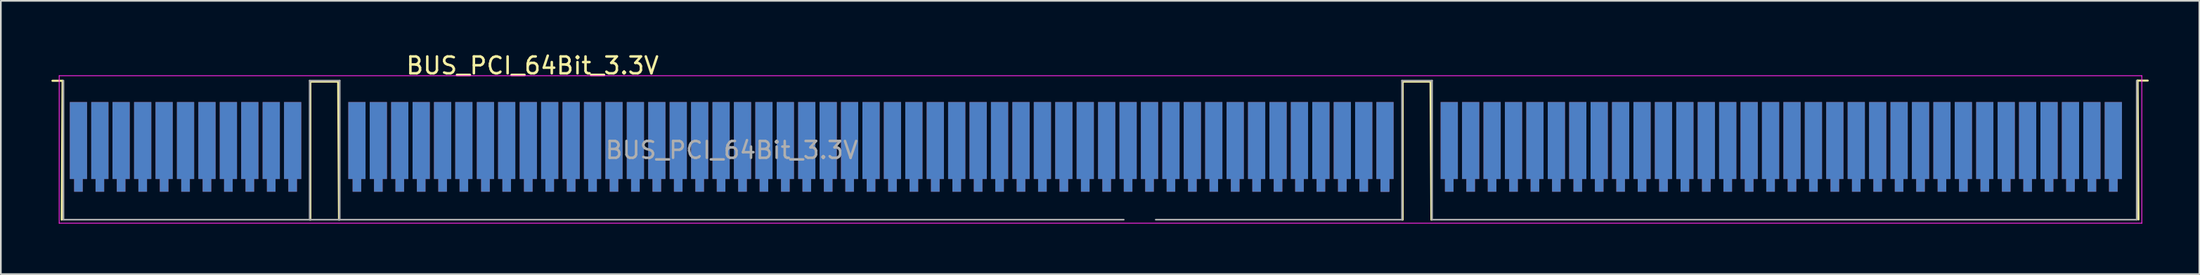
<source format=kicad_pcb>
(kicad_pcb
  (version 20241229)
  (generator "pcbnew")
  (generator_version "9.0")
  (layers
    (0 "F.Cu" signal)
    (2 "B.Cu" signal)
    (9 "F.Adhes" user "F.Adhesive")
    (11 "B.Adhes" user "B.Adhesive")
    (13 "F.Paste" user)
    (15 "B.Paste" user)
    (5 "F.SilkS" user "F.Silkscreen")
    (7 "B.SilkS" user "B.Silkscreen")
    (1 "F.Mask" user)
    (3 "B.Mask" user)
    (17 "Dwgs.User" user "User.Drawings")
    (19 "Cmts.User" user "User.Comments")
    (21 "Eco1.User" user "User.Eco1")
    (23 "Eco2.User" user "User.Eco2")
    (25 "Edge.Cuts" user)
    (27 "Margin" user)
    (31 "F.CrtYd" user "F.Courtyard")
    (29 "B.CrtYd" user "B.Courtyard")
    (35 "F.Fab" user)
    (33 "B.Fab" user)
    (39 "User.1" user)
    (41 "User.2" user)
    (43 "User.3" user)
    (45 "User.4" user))
  (footprint "BUS_PCI_64Bit_3.3V"
    (layer "F.Cu")
    (at 40.33 6.628)
    (property "Reference" "BUS_PCI_64Bit_3.3V" (at -11.81 -5.78 0) (layer "F.SilkS") (effects (font (size 1 1) (thickness 0.15))))
    (attr exclude_from_pos_files exclude_from_bom)
    (fp_line (start -40.27 -4.88) (end -39.67 -4.88) (stroke (width 0.12) (type solid)) (layer "F.SilkS"))
    (fp_line (start -39.67 -4.88) (end -39.72 3.37) (stroke (width 0.12) (type solid)) (layer "F.SilkS"))
    (fp_line (start -24.981 -4.83) (end -23.331 -4.83) (stroke (width 0.12) (type solid)) (layer "F.SilkS"))
    (fp_line (start -24.981 3.37) (end -24.981 -4.83) (stroke (width 0.12) (type solid)) (layer "F.SilkS"))
    (fp_line (start -23.331 -4.83) (end -23.281 3.37) (stroke (width 0.12) (type solid)) (layer "F.SilkS"))
    (fp_line (start 39.78 -4.83) (end 41.43 -4.83) (stroke (width 0.12) (type solid)) (layer "F.SilkS"))
    (fp_line (start 39.78 3.37) (end 39.78 -4.83) (stroke (width 0.12) (type solid)) (layer "F.SilkS"))
    (fp_line (start 41.43 -4.83) (end 41.48 3.37) (stroke (width 0.12) (type solid)) (layer "F.SilkS"))
    (fp_line (start 83.35 -4.89) (end 83.4 3.36) (stroke (width 0.12) (type solid)) (layer "F.SilkS"))
    (fp_line (start 83.95 -4.89) (end 83.35 -4.89) (stroke (width 0.12) (type solid)) (layer "F.SilkS"))
    (fp_line (start -39.87 -5.18) (end -39.87 3.58) (stroke (width 0.05) (type solid)) (layer "F.CrtYd"))
    (fp_line (start -39.87 -5.18) (end 83.6 -5.18) (stroke (width 0.05) (type solid)) (layer "F.CrtYd"))
    (fp_line (start 83.6 3.58) (end -39.87 3.58) (stroke (width 0.05) (type solid)) (layer "F.CrtYd"))
    (fp_line (start 83.6 3.58) (end 83.6 -5.18) (stroke (width 0.05) (type solid)) (layer "F.CrtYd"))
    (fp_line (start -39.62 -4.89) (end -39.62 3.37) (stroke (width 0.1) (type solid)) (layer "F.Fab"))
    (fp_line (start -39.62 3.37) (end 23.24 3.37) (stroke (width 0.1) (type solid)) (layer "F.Fab"))
    (fp_line (start -25.021 -4.89) (end -23.241 -4.89) (stroke (width 0.1) (type solid)) (layer "F.Fab"))
    (fp_line (start -25.021 3.37) (end -25.021 -4.89) (stroke (width 0.1) (type solid)) (layer "F.Fab"))
    (fp_line (start -23.241 -4.89) (end -23.241 3.37) (stroke (width 0.1) (type solid)) (layer "F.Fab"))
    (fp_line (start 25.14 3.37) (end 39.74 3.37) (stroke (width 0.1) (type solid)) (layer "F.Fab"))
    (fp_line (start 39.74 -4.89) (end 41.52 -4.89) (stroke (width 0.1) (type solid)) (layer "F.Fab"))
    (fp_line (start 39.74 3.37) (end 39.74 -4.89) (stroke (width 0.1) (type solid)) (layer "F.Fab"))
    (fp_line (start 41.52 -4.89) (end 41.52 3.37) (stroke (width 0.1) (type solid)) (layer "F.Fab"))
    (fp_line (start 41.52 3.37) (end 83.3 3.37) (stroke (width 0.1) (type solid)) (layer "F.Fab"))
    (fp_line (start 83.3 -4.89) (end 83.3 3.37) (stroke (width 0.1) (type solid)) (layer "F.Fab"))
    (fp_text user "${REFERENCE}" (at 0 -0.76 0) (layer "F.Fab") (effects (font (size 1 1) (thickness 0.15))))
    (pad "A1" connect rect (at -38.73 -1.33) (size 1.02 4.57) (layers "B.Cu" "B.Mask"))
    (pad "A1" connect rect (at -38.73 1.33) (size 0.51 0.76) (layers "B.Cu" "B.Mask"))
    (pad "A2" connect rect (at -37.46 -1.33) (size 1.02 4.57) (layers "B.Cu" "B.Mask"))
    (pad "A2" connect rect (at -37.46 1.33) (size 0.51 0.76) (layers "B.Cu" "B.Mask"))
    (pad "A3" connect rect (at -36.2 -1.33) (size 1.02 4.57) (layers "B.Cu" "B.Mask"))
    (pad "A3" connect rect (at -36.2 1.33) (size 0.51 0.76) (layers "B.Cu" "B.Mask"))
    (pad "A4" connect rect (at -34.92 -1.33) (size 1.02 4.57) (layers "B.Cu" "B.Mask"))
    (pad "A4" connect rect (at -34.92 1.33) (size 0.51 0.76) (layers "B.Cu" "B.Mask"))
    (pad "A5" connect rect (at -33.65 -1.33) (size 1.02 4.57) (layers "B.Cu" "B.Mask"))
    (pad "A5" connect rect (at -33.65 1.33) (size 0.51 0.76) (layers "B.Cu" "B.Mask"))
    (pad "A6" connect rect (at -32.38 -1.33) (size 1.02 4.57) (layers "B.Cu" "B.Mask"))
    (pad "A6" connect rect (at -32.38 1.33) (size 0.51 0.76) (layers "B.Cu" "B.Mask"))
    (pad "A7" connect rect (at -31.11 -1.33) (size 1.02 4.57) (layers "B.Cu" "B.Mask"))
    (pad "A7" connect rect (at -31.11 1.33) (size 0.51 0.76) (layers "B.Cu" "B.Mask"))
    (pad "A8" connect rect (at -29.84 -1.33) (size 1.02 4.57) (layers "B.Cu" "B.Mask"))
    (pad "A8" connect rect (at -29.84 1.33) (size 0.51 0.76) (layers "B.Cu" "B.Mask"))
    (pad "A9" connect rect (at -28.57 -1.33) (size 1.02 4.57) (layers "B.Cu" "B.Mask"))
    (pad "A9" connect rect (at -28.57 1.33) (size 0.51 0.76) (layers "B.Cu" "B.Mask"))
    (pad "A10" connect rect (at -27.3 -1.33) (size 1.02 4.57) (layers "B.Cu" "B.Mask"))
    (pad "A10" connect rect (at -27.3 1.33) (size 0.51 0.76) (layers "B.Cu" "B.Mask"))
    (pad "A11" connect rect (at -26.03 -1.33) (size 1.02 4.57) (layers "B.Cu" "B.Mask"))
    (pad "A11" connect rect (at -26.03 1.33) (size 0.51 0.76) (layers "B.Cu" "B.Mask"))
    (pad "A14" connect rect (at -22.22 -1.33) (size 1.02 4.57) (layers "B.Cu" "B.Mask"))
    (pad "A14" connect rect (at -22.22 1.33) (size 0.51 0.76) (layers "B.Cu" "B.Mask"))
    (pad "A15" connect rect (at -20.95 -1.33) (size 1.02 4.57) (layers "B.Cu" "B.Mask"))
    (pad "A15" connect rect (at -20.95 1.33) (size 0.51 0.76) (layers "B.Cu" "B.Mask"))
    (pad "A16" connect rect (at -19.68 -1.33) (size 1.02 4.57) (layers "B.Cu" "B.Mask"))
    (pad "A16" connect rect (at -19.68 1.33) (size 0.51 0.76) (layers "B.Cu" "B.Mask"))
    (pad "A17" connect rect (at -18.41 -1.33) (size 1.02 4.57) (layers "B.Cu" "B.Mask"))
    (pad "A17" connect rect (at -18.41 1.33) (size 0.51 0.76) (layers "B.Cu" "B.Mask"))
    (pad "A18" connect rect (at -17.14 -1.33) (size 1.02 4.57) (layers "B.Cu" "B.Mask"))
    (pad "A18" connect rect (at -17.14 1.33) (size 0.51 0.76) (layers "B.Cu" "B.Mask"))
    (pad "A19" connect rect (at -15.88 -1.33) (size 1.02 4.57) (layers "B.Cu" "B.Mask"))
    (pad "A19" connect rect (at -15.88 1.33) (size 0.51 0.76) (layers "B.Cu" "B.Mask"))
    (pad "A20" connect rect (at -14.6 -1.33) (size 1.02 4.57) (layers "B.Cu" "B.Mask"))
    (pad "A20" connect rect (at -14.6 1.33) (size 0.51 0.76) (layers "B.Cu" "B.Mask"))
    (pad "A21" connect rect (at -13.34 -1.33) (size 1.02 4.57) (layers "B.Cu" "B.Mask"))
    (pad "A21" connect rect (at -13.34 1.33) (size 0.51 0.76) (layers "B.Cu" "B.Mask"))
    (pad "A22" connect rect (at -12.06 -1.33) (size 1.02 4.57) (layers "B.Cu" "B.Mask"))
    (pad "A22" connect rect (at -12.06 1.33) (size 0.51 0.76) (layers "B.Cu" "B.Mask"))
    (pad "A23" connect rect (at -10.79 -1.33) (size 1.02 4.57) (layers "B.Cu" "B.Mask"))
    (pad "A23" connect rect (at -10.79 1.33) (size 0.51 0.76) (layers "B.Cu" "B.Mask"))
    (pad "A24" connect rect (at -9.52 -1.33) (size 1.02 4.57) (layers "B.Cu" "B.Mask"))
    (pad "A24" connect rect (at -9.52 1.33) (size 0.51 0.76) (layers "B.Cu" "B.Mask"))
    (pad "A25" connect rect (at -8.25 -1.33) (size 1.02 4.57) (layers "B.Cu" "B.Mask"))
    (pad "A25" connect rect (at -8.25 1.33) (size 0.51 0.76) (layers "B.Cu" "B.Mask"))
    (pad "A26" connect rect (at -6.98 -1.33) (size 1.02 4.57) (layers "B.Cu" "B.Mask"))
    (pad "A26" connect rect (at -6.98 1.33) (size 0.51 0.76) (layers "B.Cu" "B.Mask"))
    (pad "A27" connect rect (at -5.71 -1.33) (size 1.02 4.57) (layers "B.Cu" "B.Mask"))
    (pad "A27" connect rect (at -5.71 1.33) (size 0.51 0.76) (layers "B.Cu" "B.Mask"))
    (pad "A28" connect rect (at -4.44 -1.33) (size 1.02 4.57) (layers "B.Cu" "B.Mask"))
    (pad "A28" connect rect (at -4.44 1.33) (size 0.51 0.76) (layers "B.Cu" "B.Mask"))
    (pad "A29" connect rect (at -3.17 -1.33) (size 1.02 4.57) (layers "B.Cu" "B.Mask"))
    (pad "A29" connect rect (at -3.17 1.33) (size 0.51 0.76) (layers "B.Cu" "B.Mask"))
    (pad "A30" connect rect (at -1.9 -1.33) (size 1.02 4.57) (layers "B.Cu" "B.Mask"))
    (pad "A30" connect rect (at -1.9 1.33) (size 0.51 0.76) (layers "B.Cu" "B.Mask"))
    (pad "A31" connect rect (at -0.63 -1.33) (size 1.02 4.57) (layers "B.Cu" "B.Mask"))
    (pad "A31" connect rect (at -0.63 1.33) (size 0.51 0.76) (layers "B.Cu" "B.Mask"))
    (pad "A32" connect rect (at 0.64 -1.33) (size 1.02 4.57) (layers "B.Cu" "B.Mask"))
    (pad "A32" connect rect (at 0.64 1.33) (size 0.51 0.76) (layers "B.Cu" "B.Mask"))
    (pad "A33" connect rect (at 1.91 -1.33) (size 1.02 4.57) (layers "B.Cu" "B.Mask"))
    (pad "A33" connect rect (at 1.91 1.33) (size 0.51 0.76) (layers "B.Cu" "B.Mask"))
    (pad "A34" connect rect (at 3.18 -1.33) (size 1.02 4.57) (layers "B.Cu" "B.Mask"))
    (pad "A34" connect rect (at 3.18 1.33) (size 0.51 0.76) (layers "B.Cu" "B.Mask"))
    (pad "A35" connect rect (at 4.45 -1.33) (size 1.02 4.57) (layers "B.Cu" "B.Mask"))
    (pad "A35" connect rect (at 4.45 1.33) (size 0.51 0.76) (layers "B.Cu" "B.Mask"))
    (pad "A36" connect rect (at 5.72 -1.33) (size 1.02 4.57) (layers "B.Cu" "B.Mask"))
    (pad "A36" connect rect (at 5.72 1.33) (size 0.51 0.76) (layers "B.Cu" "B.Mask"))
    (pad "A37" connect rect (at 6.99 -1.33) (size 1.02 4.57) (layers "B.Cu" "B.Mask"))
    (pad "A37" connect rect (at 6.99 1.33) (size 0.51 0.76) (layers "B.Cu" "B.Mask"))
    (pad "A38" connect rect (at 8.26 -1.33) (size 1.02 4.57) (layers "B.Cu" "B.Mask"))
    (pad "A38" connect rect (at 8.26 1.33) (size 0.51 0.76) (layers "B.Cu" "B.Mask"))
    (pad "A39" connect rect (at 9.53 -1.33) (size 1.02 4.57) (layers "B.Cu" "B.Mask"))
    (pad "A39" connect rect (at 9.53 1.33) (size 0.51 0.76) (layers "B.Cu" "B.Mask"))
    (pad "A40" connect rect (at 10.8 -1.33) (size 1.02 4.57) (layers "B.Cu" "B.Mask"))
    (pad "A40" connect rect (at 10.8 1.33) (size 0.51 0.76) (layers "B.Cu" "B.Mask"))
    (pad "A41" connect rect (at 12.07 -1.33) (size 1.02 4.57) (layers "B.Cu" "B.Mask"))
    (pad "A41" connect rect (at 12.07 1.33) (size 0.51 0.76) (layers "B.Cu" "B.Mask"))
    (pad "A42" connect rect (at 13.34 -1.33) (size 1.02 4.57) (layers "B.Cu" "B.Mask"))
    (pad "A42" connect rect (at 13.34 1.33) (size 0.51 0.76) (layers "B.Cu" "B.Mask"))
    (pad "A43" connect rect (at 14.61 -1.33) (size 1.02 4.57) (layers "B.Cu" "B.Mask"))
    (pad "A43" connect rect (at 14.61 1.33) (size 0.51 0.76) (layers "B.Cu" "B.Mask"))
    (pad "A44" connect rect (at 15.88 -1.33) (size 1.02 4.57) (layers "B.Cu" "B.Mask"))
    (pad "A44" connect rect (at 15.88 1.33) (size 0.51 0.76) (layers "B.Cu" "B.Mask"))
    (pad "A45" connect rect (at 17.15 -1.33) (size 1.02 4.57) (layers "B.Cu" "B.Mask"))
    (pad "A45" connect rect (at 17.15 1.33) (size 0.51 0.76) (layers "B.Cu" "B.Mask"))
    (pad "A46" connect rect (at 18.42 -1.33) (size 1.02 4.57) (layers "B.Cu" "B.Mask"))
    (pad "A46" connect rect (at 18.42 1.33) (size 0.51 0.76) (layers "B.Cu" "B.Mask"))
    (pad "A47" connect rect (at 19.69 -1.33) (size 1.02 4.57) (layers "B.Cu" "B.Mask"))
    (pad "A47" connect rect (at 19.69 1.33) (size 0.51 0.76) (layers "B.Cu" "B.Mask"))
    (pad "A48" connect rect (at 20.96 -1.33) (size 1.02 4.57) (layers "B.Cu" "B.Mask"))
    (pad "A48" connect rect (at 20.96 1.33) (size 0.51 0.76) (layers "B.Cu" "B.Mask"))
    (pad "A49" connect rect (at 22.23 -1.33) (size 1.02 4.57) (layers "B.Cu" "B.Mask"))
    (pad "A49" connect rect (at 22.23 1.33) (size 0.51 0.76) (layers "B.Cu" "B.Mask"))
    (pad "A50" connect rect (at 23.5 -1.33) (size 1.02 4.57) (layers "B.Cu" "B.Mask"))
    (pad "A50" connect rect (at 23.5 1.33) (size 0.51 0.76) (layers "B.Cu" "B.Mask"))
    (pad "A51" connect rect (at 24.77 -1.33) (size 1.02 4.57) (layers "B.Cu" "B.Mask"))
    (pad "A51" connect rect (at 24.77 1.33) (size 0.51 0.76) (layers "B.Cu" "B.Mask"))
    (pad "A52" connect rect (at 26.04 -1.33) (size 1.02 4.57) (layers "B.Cu" "B.Mask"))
    (pad "A52" connect rect (at 26.04 1.33) (size 0.51 0.76) (layers "B.Cu" "B.Mask"))
    (pad "A53" connect rect (at 27.31 -1.33) (size 1.02 4.57) (layers "B.Cu" "B.Mask"))
    (pad "A53" connect rect (at 27.31 1.33) (size 0.51 0.76) (layers "B.Cu" "B.Mask"))
    (pad "A54" connect rect (at 28.58 -1.33) (size 1.02 4.57) (layers "B.Cu" "B.Mask"))
    (pad "A54" connect rect (at 28.58 1.33) (size 0.51 0.76) (layers "B.Cu" "B.Mask"))
    (pad "A55" connect rect (at 29.85 -1.33) (size 1.02 4.57) (layers "B.Cu" "B.Mask"))
    (pad "A55" connect rect (at 29.85 1.33) (size 0.51 0.76) (layers "B.Cu" "B.Mask"))
    (pad "A56" connect rect (at 31.12 -1.33) (size 1.02 4.57) (layers "B.Cu" "B.Mask"))
    (pad "A56" connect rect (at 31.12 1.33) (size 0.51 0.76) (layers "B.Cu" "B.Mask"))
    (pad "A57" connect rect (at 32.39 -1.33) (size 1.02 4.57) (layers "B.Cu" "B.Mask"))
    (pad "A57" connect rect (at 32.39 1.33) (size 0.51 0.76) (layers "B.Cu" "B.Mask"))
    (pad "A58" connect rect (at 33.66 -1.33) (size 1.02 4.57) (layers "B.Cu" "B.Mask"))
    (pad "A58" connect rect (at 33.66 1.33) (size 0.51 0.76) (layers "B.Cu" "B.Mask"))
    (pad "A59" connect rect (at 34.93 -1.33) (size 1.02 4.57) (layers "B.Cu" "B.Mask"))
    (pad "A59" connect rect (at 34.93 1.33) (size 0.51 0.76) (layers "B.Cu" "B.Mask"))
    (pad "A60" connect rect (at 36.2 -1.33) (size 1.02 4.57) (layers "B.Cu" "B.Mask"))
    (pad "A60" connect rect (at 36.2 1.33) (size 0.51 0.76) (layers "B.Cu" "B.Mask"))
    (pad "A61" connect rect (at 37.47 -1.33) (size 1.02 4.57) (layers "B.Cu" "B.Mask"))
    (pad "A61" connect rect (at 37.47 1.33) (size 0.51 0.76) (layers "B.Cu" "B.Mask"))
    (pad "A62" connect rect (at 38.73 -1.33) (size 1.02 4.57) (layers "B.Cu" "B.Mask"))
    (pad "A62" connect rect (at 38.73 1.33) (size 0.51 0.76) (layers "B.Cu" "B.Mask"))
    (pad "A62" connect rect (at 38.73 1.33) (size 0.51 0.76) (layers "B.Cu" "B.Mask"))
    (pad "A63" connect rect (at 42.54 -1.33) (size 1.02 4.57) (layers "B.Cu" "B.Mask"))
    (pad "A63" connect rect (at 42.54 1.33) (size 0.51 0.76) (layers "B.Cu" "B.Mask"))
    (pad "A64" connect rect (at 43.81 -1.33) (size 1.02 4.57) (layers "B.Cu" "B.Mask"))
    (pad "A64" connect rect (at 43.81 1.33) (size 0.51 0.76) (layers "B.Cu" "B.Mask"))
    (pad "A65" connect rect (at 45.08 -1.33) (size 1.02 4.57) (layers "B.Cu" "B.Mask"))
    (pad "A65" connect rect (at 45.08 1.33) (size 0.51 0.76) (layers "B.Cu" "B.Mask"))
    (pad "A66" connect rect (at 46.35 -1.33) (size 1.02 4.57) (layers "B.Cu" "B.Mask"))
    (pad "A66" connect rect (at 46.35 1.33) (size 0.51 0.76) (layers "B.Cu" "B.Mask"))
    (pad "A67" connect rect (at 47.62 -1.33) (size 1.02 4.57) (layers "B.Cu" "B.Mask"))
    (pad "A67" connect rect (at 47.62 1.33) (size 0.51 0.76) (layers "B.Cu" "B.Mask"))
    (pad "A68" connect rect (at 48.89 -1.33) (size 1.02 4.57) (layers "B.Cu" "B.Mask"))
    (pad "A68" connect rect (at 48.89 1.33) (size 0.51 0.76) (layers "B.Cu" "B.Mask"))
    (pad "A69" connect rect (at 50.16 -1.33) (size 1.02 4.57) (layers "B.Cu" "B.Mask"))
    (pad "A69" connect rect (at 50.16 1.33) (size 0.51 0.76) (layers "B.Cu" "B.Mask"))
    (pad "A70" connect rect (at 51.43 -1.33) (size 1.02 4.57) (layers "B.Cu" "B.Mask"))
    (pad "A70" connect rect (at 51.43 1.33) (size 0.51 0.76) (layers "B.Cu" "B.Mask"))
    (pad "A71" connect rect (at 52.7 -1.33) (size 1.02 4.57) (layers "B.Cu" "B.Mask"))
    (pad "A71" connect rect (at 52.7 1.33) (size 0.51 0.76) (layers "B.Cu" "B.Mask"))
    (pad "A72" connect rect (at 53.97 -1.33) (size 1.02 4.57) (layers "B.Cu" "B.Mask"))
    (pad "A72" connect rect (at 53.97 1.33) (size 0.51 0.76) (layers "B.Cu" "B.Mask"))
    (pad "A73" connect rect (at 55.24 -1.33) (size 1.02 4.57) (layers "B.Cu" "B.Mask"))
    (pad "A73" connect rect (at 55.24 1.33) (size 0.51 0.76) (layers "B.Cu" "B.Mask"))
    (pad "A74" connect rect (at 56.51 -1.33) (size 1.02 4.57) (layers "B.Cu" "B.Mask"))
    (pad "A74" connect rect (at 56.51 1.33) (size 0.51 0.76) (layers "B.Cu" "B.Mask"))
    (pad "A75" connect rect (at 57.78 -1.33) (size 1.02 4.57) (layers "B.Cu" "B.Mask"))
    (pad "A75" connect rect (at 57.78 1.33) (size 0.51 0.76) (layers "B.Cu" "B.Mask"))
    (pad "A76" connect rect (at 59.05 -1.33) (size 1.02 4.57) (layers "B.Cu" "B.Mask"))
    (pad "A76" connect rect (at 59.05 1.33) (size 0.51 0.76) (layers "B.Cu" "B.Mask"))
    (pad "A77" connect rect (at 60.32 -1.33) (size 1.02 4.57) (layers "B.Cu" "B.Mask"))
    (pad "A77" connect rect (at 60.32 1.33) (size 0.51 0.76) (layers "B.Cu" "B.Mask"))
    (pad "A78" connect rect (at 61.59 -1.33) (size 1.02 4.57) (layers "B.Cu" "B.Mask"))
    (pad "A78" connect rect (at 61.59 1.33) (size 0.51 0.76) (layers "B.Cu" "B.Mask"))
    (pad "A79" connect rect (at 62.86 -1.33) (size 1.02 4.57) (layers "B.Cu" "B.Mask"))
    (pad "A79" connect rect (at 62.86 1.33) (size 0.51 0.76) (layers "B.Cu" "B.Mask"))
    (pad "A80" connect rect (at 64.13 -1.33) (size 1.02 4.57) (layers "B.Cu" "B.Mask"))
    (pad "A80" connect rect (at 64.13 1.33) (size 0.51 0.76) (layers "B.Cu" "B.Mask"))
    (pad "A81" connect rect (at 65.4 -1.33) (size 1.02 4.57) (layers "B.Cu" "B.Mask"))
    (pad "A81" connect rect (at 65.4 1.33) (size 0.51 0.76) (layers "B.Cu" "B.Mask"))
    (pad "A82" connect rect (at 66.67 -1.33) (size 1.02 4.57) (layers "B.Cu" "B.Mask"))
    (pad "A82" connect rect (at 66.67 1.33) (size 0.51 0.76) (layers "B.Cu" "B.Mask"))
    (pad "A83" connect rect (at 67.94 -1.33) (size 1.02 4.57) (layers "B.Cu" "B.Mask"))
    (pad "A83" connect rect (at 67.94 1.33) (size 0.51 0.76) (layers "B.Cu" "B.Mask"))
    (pad "A84" connect rect (at 69.21 -1.33) (size 1.02 4.57) (layers "B.Cu" "B.Mask"))
    (pad "A84" connect rect (at 69.21 1.33) (size 0.51 0.76) (layers "B.Cu" "B.Mask"))
    (pad "A85" connect rect (at 70.48 -1.33) (size 1.02 4.57) (layers "B.Cu" "B.Mask"))
    (pad "A85" connect rect (at 70.48 1.33) (size 0.51 0.76) (layers "B.Cu" "B.Mask"))
    (pad "A86" connect rect (at 71.75 -1.33) (size 1.02 4.57) (layers "B.Cu" "B.Mask"))
    (pad "A86" connect rect (at 71.75 1.33) (size 0.51 0.76) (layers "B.Cu" "B.Mask"))
    (pad "A87" connect rect (at 73.02 -1.33) (size 1.02 4.57) (layers "B.Cu" "B.Mask"))
    (pad "A87" connect rect (at 73.02 1.33) (size 0.51 0.76) (layers "B.Cu" "B.Mask"))
    (pad "A88" connect rect (at 74.29 -1.33) (size 1.02 4.57) (layers "B.Cu" "B.Mask"))
    (pad "A88" connect rect (at 74.29 1.33) (size 0.51 0.76) (layers "B.Cu" "B.Mask"))
    (pad "A89" connect rect (at 75.56 -1.33) (size 1.02 4.57) (layers "B.Cu" "B.Mask"))
    (pad "A89" connect rect (at 75.56 1.33) (size 0.51 0.76) (layers "B.Cu" "B.Mask"))
    (pad "A90" connect rect (at 76.83 -1.33) (size 1.02 4.57) (layers "B.Cu" "B.Mask"))
    (pad "A90" connect rect (at 76.83 1.33) (size 0.51 0.76) (layers "B.Cu" "B.Mask"))
    (pad "A91" connect rect (at 78.1 -1.33) (size 1.02 4.57) (layers "B.Cu" "B.Mask"))
    (pad "A91" connect rect (at 78.1 1.33) (size 0.51 0.76) (layers "B.Cu" "B.Mask"))
    (pad "A92" connect rect (at 79.37 -1.33) (size 1.02 4.57) (layers "B.Cu" "B.Mask"))
    (pad "A92" connect rect (at 79.37 1.33) (size 0.51 0.76) (layers "B.Cu" "B.Mask"))
    (pad "A93" connect rect (at 80.64 -1.33) (size 1.02 4.57) (layers "B.Cu" "B.Mask"))
    (pad "A93" connect rect (at 80.64 1.33) (size 0.51 0.76) (layers "B.Cu" "B.Mask"))
    (pad "A94" connect rect (at 81.91 -1.33) (size 1.02 4.57) (layers "B.Cu" "B.Mask"))
    (pad "A94" connect rect (at 81.91 1.33) (size 0.51 0.76) (layers "B.Cu" "B.Mask"))
    (pad "B1" connect rect (at -38.73 -1.33) (size 1.02 4.57) (layers "F.Cu" "F.Mask"))
    (pad "B1" connect rect (at -38.73 1.33) (size 0.51 0.76) (layers "F.Cu" "F.Mask"))
    (pad "B2" connect rect (at -37.46 -1.33) (size 1.02 4.57) (layers "F.Cu" "F.Mask"))
    (pad "B2" connect rect (at -37.46 1.33) (size 0.51 0.76) (layers "F.Cu" "F.Mask"))
    (pad "B3" connect rect (at -36.2 -1.33) (size 1.02 4.57) (layers "F.Cu" "F.Mask"))
    (pad "B3" connect rect (at -36.2 1.33) (size 0.51 0.76) (layers "F.Cu" "F.Mask"))
    (pad "B4" connect rect (at -34.92 -1.33) (size 1.02 4.57) (layers "F.Cu" "F.Mask"))
    (pad "B4" connect rect (at -34.92 1.33) (size 0.51 0.76) (layers "F.Cu" "F.Mask"))
    (pad "B5" connect rect (at -33.65 -1.33) (size 1.02 4.57) (layers "F.Cu" "F.Mask"))
    (pad "B5" connect rect (at -33.65 1.33) (size 0.51 0.76) (layers "F.Cu" "F.Mask"))
    (pad "B6" connect rect (at -32.38 -1.33) (size 1.02 4.57) (layers "F.Cu" "F.Mask"))
    (pad "B6" connect rect (at -32.38 1.33) (size 0.51 0.76) (layers "F.Cu" "F.Mask"))
    (pad "B7" connect rect (at -31.11 -1.33) (size 1.02 4.57) (layers "F.Cu" "F.Mask"))
    (pad "B7" connect rect (at -31.11 1.33) (size 0.51 0.76) (layers "F.Cu" "F.Mask"))
    (pad "B8" connect rect (at -29.84 -1.33) (size 1.02 4.57) (layers "F.Cu" "F.Mask"))
    (pad "B8" connect rect (at -29.84 1.33) (size 0.51 0.76) (layers "F.Cu" "F.Mask"))
    (pad "B9" connect rect (at -28.57 -1.33) (size 1.02 4.57) (layers "F.Cu" "F.Mask"))
    (pad "B9" connect rect (at -28.57 1.33) (size 0.51 0.76) (layers "F.Cu" "F.Mask"))
    (pad "B10" connect rect (at -27.3 -1.33) (size 1.02 4.57) (layers "F.Cu" "F.Mask"))
    (pad "B10" connect rect (at -27.3 1.33) (size 0.51 0.76) (layers "F.Cu" "F.Mask"))
    (pad "B11" connect rect (at -26.03 -1.33) (size 1.02 4.57) (layers "F.Cu" "F.Mask"))
    (pad "B11" connect rect (at -26.03 1.33) (size 0.51 0.76) (layers "F.Cu" "F.Mask"))
    (pad "B14" connect rect (at -22.22 -1.33) (size 1.02 4.57) (layers "F.Cu" "F.Mask"))
    (pad "B14" connect rect (at -22.22 1.33) (size 0.51 0.76) (layers "F.Cu" "F.Mask"))
    (pad "B15" connect rect (at -20.95 -1.33) (size 1.02 4.57) (layers "F.Cu" "F.Mask"))
    (pad "B15" connect rect (at -20.95 1.33) (size 0.51 0.76) (layers "F.Cu" "F.Mask"))
    (pad "B16" connect rect (at -19.68 -1.33) (size 1.02 4.57) (layers "F.Cu" "F.Mask"))
    (pad "B16" connect rect (at -19.68 1.33) (size 0.51 0.76) (layers "F.Cu" "F.Mask"))
    (pad "B17" connect rect (at -18.41 -1.33) (size 1.02 4.57) (layers "F.Cu" "F.Mask"))
    (pad "B17" connect rect (at -18.41 1.33) (size 0.51 0.76) (layers "F.Cu" "F.Mask"))
    (pad "B18" connect rect (at -17.14 -1.33) (size 1.02 4.57) (layers "F.Cu" "F.Mask"))
    (pad "B18" connect rect (at -17.14 1.33) (size 0.51 0.76) (layers "F.Cu" "F.Mask"))
    (pad "B19" connect rect (at -15.88 -1.33) (size 1.02 4.57) (layers "F.Cu" "F.Mask"))
    (pad "B19" connect rect (at -15.88 1.33) (size 0.51 0.76) (layers "F.Cu" "F.Mask"))
    (pad "B20" connect rect (at -14.6 -1.33) (size 1.02 4.57) (layers "F.Cu" "F.Mask"))
    (pad "B20" connect rect (at -14.6 1.33) (size 0.51 0.76) (layers "F.Cu" "F.Mask"))
    (pad "B21" connect rect (at -13.34 -1.33) (size 1.02 4.57) (layers "F.Cu" "F.Mask"))
    (pad "B21" connect rect (at -13.34 1.33) (size 0.51 0.76) (layers "F.Cu" "F.Mask"))
    (pad "B22" connect rect (at -12.06 -1.33) (size 1.02 4.57) (layers "F.Cu" "F.Mask"))
    (pad "B22" connect rect (at -12.06 1.33) (size 0.51 0.76) (layers "F.Cu" "F.Mask"))
    (pad "B23" connect rect (at -10.79 -1.33) (size 1.02 4.57) (layers "F.Cu" "F.Mask"))
    (pad "B23" connect rect (at -10.79 1.33) (size 0.51 0.76) (layers "F.Cu" "F.Mask"))
    (pad "B24" connect rect (at -9.52 -1.33) (size 1.02 4.57) (layers "F.Cu" "F.Mask"))
    (pad "B24" connect rect (at -9.52 1.33) (size 0.51 0.76) (layers "F.Cu" "F.Mask"))
    (pad "B25" connect rect (at -8.25 -1.33) (size 1.02 4.57) (layers "F.Cu" "F.Mask"))
    (pad "B25" connect rect (at -8.25 1.33) (size 0.51 0.76) (layers "F.Cu" "F.Mask"))
    (pad "B26" connect rect (at -6.98 -1.33) (size 1.02 4.57) (layers "F.Cu" "F.Mask"))
    (pad "B26" connect rect (at -6.98 1.33) (size 0.51 0.76) (layers "F.Cu" "F.Mask"))
    (pad "B27" connect rect (at -5.71 -1.33) (size 1.02 4.57) (layers "F.Cu" "F.Mask"))
    (pad "B27" connect rect (at -5.71 1.33) (size 0.51 0.76) (layers "F.Cu" "F.Mask"))
    (pad "B28" connect rect (at -4.44 -1.33) (size 1.02 4.57) (layers "F.Cu" "F.Mask"))
    (pad "B28" connect rect (at -4.44 1.33) (size 0.51 0.76) (layers "F.Cu" "F.Mask"))
    (pad "B29" connect rect (at -3.17 -1.33) (size 1.02 4.57) (layers "F.Cu" "F.Mask"))
    (pad "B29" connect rect (at -3.17 1.33) (size 0.51 0.76) (layers "F.Cu" "F.Mask"))
    (pad "B30" connect rect (at -1.9 -1.33) (size 1.02 4.57) (layers "F.Cu" "F.Mask"))
    (pad "B30" connect rect (at -1.9 1.33) (size 0.51 0.76) (layers "F.Cu" "F.Mask"))
    (pad "B31" connect rect (at -0.63 -1.33) (size 1.02 4.57) (layers "F.Cu" "F.Mask"))
    (pad "B31" connect rect (at -0.63 1.33) (size 0.51 0.76) (layers "F.Cu" "F.Mask"))
    (pad "B32" connect rect (at 0.64 -1.33) (size 1.02 4.57) (layers "F.Cu" "F.Mask"))
    (pad "B32" connect rect (at 0.64 1.33) (size 0.51 0.76) (layers "F.Cu" "F.Mask"))
    (pad "B33" connect rect (at 1.91 -1.33) (size 1.02 4.57) (layers "F.Cu" "F.Mask"))
    (pad "B33" connect rect (at 1.91 1.33) (size 0.51 0.76) (layers "F.Cu" "F.Mask"))
    (pad "B34" connect rect (at 3.18 -1.33) (size 1.02 4.57) (layers "F.Cu" "F.Mask"))
    (pad "B34" connect rect (at 3.18 1.33) (size 0.51 0.76) (layers "F.Cu" "F.Mask"))
    (pad "B35" connect rect (at 4.45 -1.33) (size 1.02 4.57) (layers "F.Cu" "F.Mask"))
    (pad "B35" connect rect (at 4.45 1.33) (size 0.51 0.76) (layers "F.Cu" "F.Mask"))
    (pad "B36" connect rect (at 5.72 -1.33) (size 1.02 4.57) (layers "F.Cu" "F.Mask"))
    (pad "B36" connect rect (at 5.72 1.33) (size 0.51 0.76) (layers "F.Cu" "F.Mask"))
    (pad "B37" connect rect (at 6.99 -1.33) (size 1.02 4.57) (layers "F.Cu" "F.Mask"))
    (pad "B37" connect rect (at 6.99 1.33) (size 0.51 0.76) (layers "F.Cu" "F.Mask"))
    (pad "B38" connect rect (at 8.26 -1.33) (size 1.02 4.57) (layers "F.Cu" "F.Mask"))
    (pad "B38" connect rect (at 8.26 1.33) (size 0.51 0.76) (layers "F.Cu" "F.Mask"))
    (pad "B39" connect rect (at 9.53 -1.33) (size 1.02 4.57) (layers "F.Cu" "F.Mask"))
    (pad "B39" connect rect (at 9.53 1.33) (size 0.51 0.76) (layers "F.Cu" "F.Mask"))
    (pad "B40" connect rect (at 10.8 -1.33) (size 1.02 4.57) (layers "F.Cu" "F.Mask"))
    (pad "B40" connect rect (at 10.8 1.33) (size 0.51 0.76) (layers "F.Cu" "F.Mask"))
    (pad "B41" connect rect (at 12.07 -1.33) (size 1.02 4.57) (layers "F.Cu" "F.Mask"))
    (pad "B41" connect rect (at 12.07 1.33) (size 0.51 0.76) (layers "F.Cu" "F.Mask"))
    (pad "B42" connect rect (at 13.34 -1.33) (size 1.02 4.57) (layers "F.Cu" "F.Mask"))
    (pad "B42" connect rect (at 13.34 1.33) (size 0.51 0.76) (layers "F.Cu" "F.Mask"))
    (pad "B43" connect rect (at 14.61 -1.33) (size 1.02 4.57) (layers "F.Cu" "F.Mask"))
    (pad "B43" connect rect (at 14.61 1.33) (size 0.51 0.76) (layers "F.Cu" "F.Mask"))
    (pad "B44" connect rect (at 15.88 -1.33) (size 1.02 4.57) (layers "F.Cu" "F.Mask"))
    (pad "B44" connect rect (at 15.88 1.33) (size 0.51 0.76) (layers "F.Cu" "F.Mask"))
    (pad "B45" connect rect (at 17.15 -1.33) (size 1.02 4.57) (layers "F.Cu" "F.Mask"))
    (pad "B45" connect rect (at 17.15 1.33) (size 0.51 0.76) (layers "F.Cu" "F.Mask"))
    (pad "B46" connect rect (at 18.42 -1.33) (size 1.02 4.57) (layers "F.Cu" "F.Mask"))
    (pad "B46" connect rect (at 18.42 1.33) (size 0.51 0.76) (layers "F.Cu" "F.Mask"))
    (pad "B47" connect rect (at 19.69 -1.33) (size 1.02 4.57) (layers "F.Cu" "F.Mask"))
    (pad "B47" connect rect (at 19.69 1.33) (size 0.51 0.76) (layers "F.Cu" "F.Mask"))
    (pad "B48" connect rect (at 20.96 -1.33) (size 1.02 4.57) (layers "F.Cu" "F.Mask"))
    (pad "B48" connect rect (at 20.96 1.33) (size 0.51 0.76) (layers "F.Cu" "F.Mask"))
    (pad "B49" connect rect (at 22.23 -1.33) (size 1.02 4.57) (layers "F.Cu" "F.Mask"))
    (pad "B49" connect rect (at 22.23 1.33) (size 0.51 0.76) (layers "F.Cu" "F.Mask"))
    (pad "B50" connect rect (at 23.5 -1.33) (size 1.02 4.57) (layers "F.Cu" "F.Mask"))
    (pad "B50" connect rect (at 23.5 1.33) (size 0.51 0.76) (layers "F.Cu" "F.Mask"))
    (pad "B51" connect rect (at 24.77 -1.33) (size 1.02 4.57) (layers "F.Cu" "F.Mask"))
    (pad "B51" connect rect (at 24.77 1.33) (size 0.51 0.76) (layers "F.Cu" "F.Mask"))
    (pad "B52" connect rect (at 26.04 -1.33) (size 1.02 4.57) (layers "F.Cu" "F.Mask"))
    (pad "B52" connect rect (at 26.04 1.33) (size 0.51 0.76) (layers "F.Cu" "F.Mask"))
    (pad "B53" connect rect (at 27.31 -1.33) (size 1.02 4.57) (layers "F.Cu" "F.Mask"))
    (pad "B53" connect rect (at 27.31 1.33) (size 0.51 0.76) (layers "F.Cu" "F.Mask"))
    (pad "B54" connect rect (at 28.58 -1.33) (size 1.02 4.57) (layers "F.Cu" "F.Mask"))
    (pad "B54" connect rect (at 28.58 1.33) (size 0.51 0.76) (layers "F.Cu" "F.Mask"))
    (pad "B55" connect rect (at 29.85 -1.33) (size 1.02 4.57) (layers "F.Cu" "F.Mask"))
    (pad "B55" connect rect (at 29.85 1.33) (size 0.51 0.76) (layers "F.Cu" "F.Mask"))
    (pad "B56" connect rect (at 31.12 -1.33) (size 1.02 4.57) (layers "F.Cu" "F.Mask"))
    (pad "B56" connect rect (at 31.12 1.33) (size 0.51 0.76) (layers "F.Cu" "F.Mask"))
    (pad "B57" connect rect (at 32.39 -1.33) (size 1.02 4.57) (layers "F.Cu" "F.Mask"))
    (pad "B57" connect rect (at 32.39 1.33) (size 0.51 0.76) (layers "F.Cu" "F.Mask"))
    (pad "B58" connect rect (at 33.66 -1.33) (size 1.02 4.57) (layers "F.Cu" "F.Mask"))
    (pad "B58" connect rect (at 33.66 1.33) (size 0.51 0.76) (layers "F.Cu" "F.Mask"))
    (pad "B59" connect rect (at 34.93 -1.33) (size 1.02 4.57) (layers "F.Cu" "F.Mask"))
    (pad "B59" connect rect (at 34.93 1.33) (size 0.51 0.76) (layers "F.Cu" "F.Mask"))
    (pad "B60" connect rect (at 36.2 -1.33) (size 1.02 4.57) (layers "F.Cu" "F.Mask"))
    (pad "B60" connect rect (at 36.2 1.33) (size 0.51 0.76) (layers "F.Cu" "F.Mask"))
    (pad "B61" connect rect (at 37.47 -1.33) (size 1.02 4.57) (layers "F.Cu" "F.Mask"))
    (pad "B61" connect rect (at 37.47 1.33) (size 0.51 0.76) (layers "F.Cu" "F.Mask"))
    (pad "B62" connect rect (at 38.73 -1.33) (size 1.02 4.57) (layers "F.Cu" "F.Mask"))
    (pad "B62" connect rect (at 38.73 1.33) (size 0.51 0.76) (layers "F.Cu" "F.Mask"))
    (pad "B62" connect rect (at 38.73 1.33) (size 0.51 0.76) (layers "F.Cu" "F.Mask"))
    (pad "B63" connect rect (at 42.54 -1.33) (size 1.02 4.57) (layers "F.Cu" "F.Mask"))
    (pad "B63" connect rect (at 42.54 1.33) (size 0.51 0.76) (layers "F.Cu" "F.Mask"))
    (pad "B64" connect rect (at 43.81 -1.33) (size 1.02 4.57) (layers "F.Cu" "F.Mask"))
    (pad "B64" connect rect (at 43.81 1.33) (size 0.51 0.76) (layers "F.Cu" "F.Mask"))
    (pad "B65" connect rect (at 45.08 -1.33) (size 1.02 4.57) (layers "F.Cu" "F.Mask"))
    (pad "B65" connect rect (at 45.08 1.33) (size 0.51 0.76) (layers "F.Cu" "F.Mask"))
    (pad "B66" connect rect (at 46.35 -1.33) (size 1.02 4.57) (layers "F.Cu" "F.Mask"))
    (pad "B66" connect rect (at 46.35 1.33) (size 0.51 0.76) (layers "F.Cu" "F.Mask"))
    (pad "B67" connect rect (at 47.62 -1.33) (size 1.02 4.57) (layers "F.Cu" "F.Mask"))
    (pad "B67" connect rect (at 47.62 1.33) (size 0.51 0.76) (layers "F.Cu" "F.Mask"))
    (pad "B68" connect rect (at 48.89 -1.33) (size 1.02 4.57) (layers "F.Cu" "F.Mask"))
    (pad "B68" connect rect (at 48.89 1.33) (size 0.51 0.76) (layers "F.Cu" "F.Mask"))
    (pad "B69" connect rect (at 50.16 -1.33) (size 1.02 4.57) (layers "F.Cu" "F.Mask"))
    (pad "B69" connect rect (at 50.16 1.33) (size 0.51 0.76) (layers "F.Cu" "F.Mask"))
    (pad "B70" connect rect (at 51.43 -1.33) (size 1.02 4.57) (layers "F.Cu" "F.Mask"))
    (pad "B70" connect rect (at 51.43 1.33) (size 0.51 0.76) (layers "F.Cu" "F.Mask"))
    (pad "B71" connect rect (at 52.7 -1.33) (size 1.02 4.57) (layers "F.Cu" "F.Mask"))
    (pad "B71" connect rect (at 52.7 1.33) (size 0.51 0.76) (layers "F.Cu" "F.Mask"))
    (pad "B72" connect rect (at 53.97 -1.33) (size 1.02 4.57) (layers "F.Cu" "F.Mask"))
    (pad "B72" connect rect (at 53.97 1.33) (size 0.51 0.76) (layers "F.Cu" "F.Mask"))
    (pad "B73" connect rect (at 55.24 -1.33) (size 1.02 4.57) (layers "F.Cu" "F.Mask"))
    (pad "B73" connect rect (at 55.24 1.33) (size 0.51 0.76) (layers "F.Cu" "F.Mask"))
    (pad "B74" connect rect (at 56.51 -1.33) (size 1.02 4.57) (layers "F.Cu" "F.Mask"))
    (pad "B74" connect rect (at 56.51 1.33) (size 0.51 0.76) (layers "F.Cu" "F.Mask"))
    (pad "B75" connect rect (at 57.78 -1.33) (size 1.02 4.57) (layers "F.Cu" "F.Mask"))
    (pad "B75" connect rect (at 57.78 1.33) (size 0.51 0.76) (layers "F.Cu" "F.Mask"))
    (pad "B76" connect rect (at 59.05 -1.33) (size 1.02 4.57) (layers "F.Cu" "F.Mask"))
    (pad "B76" connect rect (at 59.05 1.33) (size 0.51 0.76) (layers "F.Cu" "F.Mask"))
    (pad "B77" connect rect (at 60.32 -1.33) (size 1.02 4.57) (layers "F.Cu" "F.Mask"))
    (pad "B77" connect rect (at 60.32 1.33) (size 0.51 0.76) (layers "F.Cu" "F.Mask"))
    (pad "B78" connect rect (at 61.59 -1.33) (size 1.02 4.57) (layers "F.Cu" "F.Mask"))
    (pad "B78" connect rect (at 61.59 1.33) (size 0.51 0.76) (layers "F.Cu" "F.Mask"))
    (pad "B79" connect rect (at 62.86 -1.33) (size 1.02 4.57) (layers "F.Cu" "F.Mask"))
    (pad "B79" connect rect (at 62.86 1.33) (size 0.51 0.76) (layers "F.Cu" "F.Mask"))
    (pad "B80" connect rect (at 64.13 -1.33) (size 1.02 4.57) (layers "F.Cu" "F.Mask"))
    (pad "B80" connect rect (at 64.13 1.33) (size 0.51 0.76) (layers "F.Cu" "F.Mask"))
    (pad "B81" connect rect (at 65.4 -1.33) (size 1.02 4.57) (layers "F.Cu" "F.Mask"))
    (pad "B81" connect rect (at 65.4 1.33) (size 0.51 0.76) (layers "F.Cu" "F.Mask"))
    (pad "B82" connect rect (at 66.67 -1.33) (size 1.02 4.57) (layers "F.Cu" "F.Mask"))
    (pad "B82" connect rect (at 66.67 1.33) (size 0.51 0.76) (layers "F.Cu" "F.Mask"))
    (pad "B83" connect rect (at 67.94 -1.33) (size 1.02 4.57) (layers "F.Cu" "F.Mask"))
    (pad "B83" connect rect (at 67.94 1.33) (size 0.51 0.76) (layers "F.Cu" "F.Mask"))
    (pad "B84" connect rect (at 69.21 -1.33) (size 1.02 4.57) (layers "F.Cu" "F.Mask"))
    (pad "B84" connect rect (at 69.21 1.33) (size 0.51 0.76) (layers "F.Cu" "F.Mask"))
    (pad "B85" connect rect (at 70.48 -1.33) (size 1.02 4.57) (layers "F.Cu" "F.Mask"))
    (pad "B85" connect rect (at 70.48 1.33) (size 0.51 0.76) (layers "F.Cu" "F.Mask"))
    (pad "B86" connect rect (at 71.75 -1.33) (size 1.02 4.57) (layers "F.Cu" "F.Mask"))
    (pad "B86" connect rect (at 71.75 1.33) (size 0.51 0.76) (layers "F.Cu" "F.Mask"))
    (pad "B87" connect rect (at 73.02 -1.33) (size 1.02 4.57) (layers "F.Cu" "F.Mask"))
    (pad "B87" connect rect (at 73.02 1.33) (size 0.51 0.76) (layers "F.Cu" "F.Mask"))
    (pad "B88" connect rect (at 74.29 -1.33) (size 1.02 4.57) (layers "F.Cu" "F.Mask"))
    (pad "B88" connect rect (at 74.29 1.33) (size 0.51 0.76) (layers "F.Cu" "F.Mask"))
    (pad "B89" connect rect (at 75.56 -1.33) (size 1.02 4.57) (layers "F.Cu" "F.Mask"))
    (pad "B89" connect rect (at 75.56 1.33) (size 0.51 0.76) (layers "F.Cu" "F.Mask"))
    (pad "B90" connect rect (at 76.83 -1.33) (size 1.02 4.57) (layers "F.Cu" "F.Mask"))
    (pad "B90" connect rect (at 76.83 1.33) (size 0.51 0.76) (layers "F.Cu" "F.Mask"))
    (pad "B91" connect rect (at 78.1 -1.33) (size 1.02 4.57) (layers "F.Cu" "F.Mask"))
    (pad "B91" connect rect (at 78.1 1.33) (size 0.51 0.76) (layers "F.Cu" "F.Mask"))
    (pad "B92" connect rect (at 79.37 -1.33) (size 1.02 4.57) (layers "F.Cu" "F.Mask"))
    (pad "B92" connect rect (at 79.37 1.33) (size 0.51 0.76) (layers "F.Cu" "F.Mask"))
    (pad "B93" connect rect (at 80.64 -1.33) (size 1.02 4.57) (layers "F.Cu" "F.Mask"))
    (pad "B93" connect rect (at 80.64 1.33) (size 0.51 0.76) (layers "F.Cu" "F.Mask"))
    (pad "B94" connect rect (at 81.91 -1.33) (size 1.02 4.57) (layers "F.Cu" "F.Mask"))
    (pad "B94" connect rect (at 81.91 1.33) (size 0.51 0.76) (layers "F.Cu" "F.Mask")))
  (gr_rect
    (start -3 -3)
    (end 127.34 13.233)
    (stroke (width 0.1) (type default))
    (fill no)
    (layer "Edge.Cuts")))
</source>
